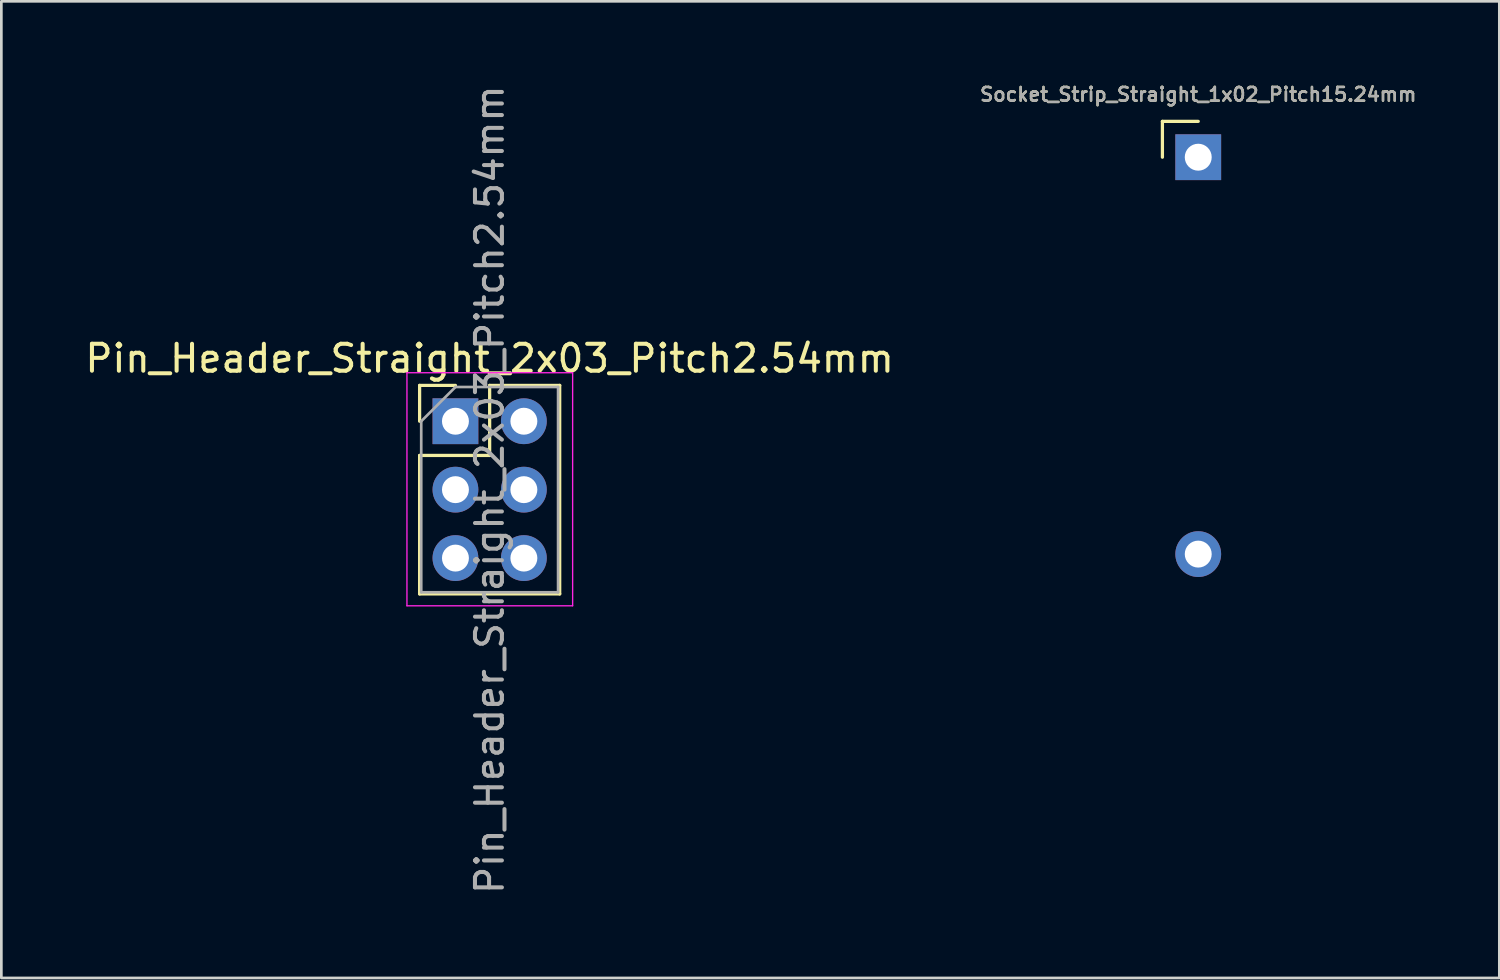
<source format=kicad_pcb>
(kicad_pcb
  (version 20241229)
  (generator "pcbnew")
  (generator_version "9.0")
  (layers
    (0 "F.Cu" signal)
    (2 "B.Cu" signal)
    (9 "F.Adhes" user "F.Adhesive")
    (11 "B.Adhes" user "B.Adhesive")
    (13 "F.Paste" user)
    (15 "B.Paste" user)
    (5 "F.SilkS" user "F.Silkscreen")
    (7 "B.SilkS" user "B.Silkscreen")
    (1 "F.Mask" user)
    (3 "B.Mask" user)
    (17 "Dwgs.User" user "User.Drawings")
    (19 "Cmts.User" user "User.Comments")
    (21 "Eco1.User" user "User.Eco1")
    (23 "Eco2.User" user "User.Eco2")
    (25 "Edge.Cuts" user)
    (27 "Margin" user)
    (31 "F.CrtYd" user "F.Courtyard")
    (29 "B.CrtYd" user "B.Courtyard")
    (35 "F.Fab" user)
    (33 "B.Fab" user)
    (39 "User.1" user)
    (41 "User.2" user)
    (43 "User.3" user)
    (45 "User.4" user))
  (footprint "Pin_Header_Straight_2x03_Pitch2.54mm"
    (layer "F.Cu")
    (at 13.855 12.585)
    (property "Reference" "Pin_Header_Straight_2x03_Pitch2.54mm" (at 1.27 -2.33 0) (layer "F.SilkS") (effects (font (size 1 1) (thickness 0.15))))
    (attr through_hole)
    (fp_line (start -1.33 -1.33) (end 0 -1.33) (stroke (width 0.12) (type solid)) (layer "F.SilkS"))
    (fp_line (start -1.33 0) (end -1.33 -1.33) (stroke (width 0.12) (type solid)) (layer "F.SilkS"))
    (fp_line (start -1.33 1.27) (end -1.33 6.41) (stroke (width 0.12) (type solid)) (layer "F.SilkS"))
    (fp_line (start -1.33 1.27) (end 1.27 1.27) (stroke (width 0.12) (type solid)) (layer "F.SilkS"))
    (fp_line (start -1.33 6.41) (end 3.87 6.41) (stroke (width 0.12) (type solid)) (layer "F.SilkS"))
    (fp_line (start 1.27 -1.33) (end 3.87 -1.33) (stroke (width 0.12) (type solid)) (layer "F.SilkS"))
    (fp_line (start 1.27 1.27) (end 1.27 -1.33) (stroke (width 0.12) (type solid)) (layer "F.SilkS"))
    (fp_line (start 3.87 -1.33) (end 3.87 6.41) (stroke (width 0.12) (type solid)) (layer "F.SilkS"))
    (fp_line (start -1.8 -1.8) (end -1.8 6.85) (stroke (width 0.05) (type solid)) (layer "F.CrtYd"))
    (fp_line (start -1.8 6.85) (end 4.35 6.85) (stroke (width 0.05) (type solid)) (layer "F.CrtYd"))
    (fp_line (start 4.35 -1.8) (end -1.8 -1.8) (stroke (width 0.05) (type solid)) (layer "F.CrtYd"))
    (fp_line (start 4.35 6.85) (end 4.35 -1.8) (stroke (width 0.05) (type solid)) (layer "F.CrtYd"))
    (fp_line (start -1.27 0) (end 0 -1.27) (stroke (width 0.1) (type solid)) (layer "F.Fab"))
    (fp_line (start -1.27 6.35) (end -1.27 0) (stroke (width 0.1) (type solid)) (layer "F.Fab"))
    (fp_line (start 0 -1.27) (end 3.81 -1.27) (stroke (width 0.1) (type solid)) (layer "F.Fab"))
    (fp_line (start 3.81 -1.27) (end 3.81 6.35) (stroke (width 0.1) (type solid)) (layer "F.Fab"))
    (fp_line (start 3.81 6.35) (end -1.27 6.35) (stroke (width 0.1) (type solid)) (layer "F.Fab"))
    (fp_text user "${REFERENCE}" (at 1.27 2.54 90) (layer "F.Fab") (effects (font (size 1 1) (thickness 0.15))))
    (pad "1" thru_hole rect (at 0 0) (size 1.7 1.7) (drill 1) (layers "*.Cu" "*.Mask"))
    (pad "2" thru_hole oval (at 0 2.54) (size 1.7 1.7) (drill 1) (layers "*.Cu" "*.Mask"))
    (pad "3" thru_hole oval (at 0 5.08) (size 1.7 1.7) (drill 1) (layers "*.Cu" "*.Mask"))
    (pad "4" thru_hole oval (at 2.54 0) (size 1.7 1.7) (drill 1) (layers "*.Cu" "*.Mask"))
    (pad "5" thru_hole oval (at 2.54 2.54) (size 1.7 1.7) (drill 1) (layers "*.Cu" "*.Mask"))
    (pad "6" thru_hole oval (at 2.54 5.08) (size 1.7 1.7) (drill 1) (layers "*.Cu" "*.Mask")))
  (footprint "Socket_Strip_Straight_1x02_Pitch15.24mm"
    (layer "F.Cu")
    (at 41.426 2.785)
    (property "Reference" "Socket_Strip_Straight_1x02_Pitch15.24mm" (at 0 -2.33 0) (layer "F.SilkS") (effects (font (size 0.508 0.508) (thickness 0.09))))
    (attr through_hole)
    (fp_line (start -1.33 -1.33) (end 0 -1.33) (stroke (width 0.12) (type solid)) (layer "F.SilkS"))
    (fp_line (start -1.33 0) (end -1.33 -1.33) (stroke (width 0.12) (type solid)) (layer "F.SilkS"))
    (fp_text user "${REFERENCE}" (at 0 -2.33 0) (layer "F.Fab") (effects (font (size 0.508 0.508) (thickness 0.09))))
    (pad "1" thru_hole rect (at 0 0) (size 1.7 1.7) (drill 1) (layers "*.Cu" "*.Mask"))
    (pad "2" thru_hole oval (at 0 14.732) (size 1.7 1.7) (drill 1) (layers "*.Cu" "*.Mask")))
  (gr_rect
    (start -3 -3)
    (end 52.602 33.25)
    (stroke (width 0.1) (type default))
    (fill no)
    (layer "Edge.Cuts")))
</source>
